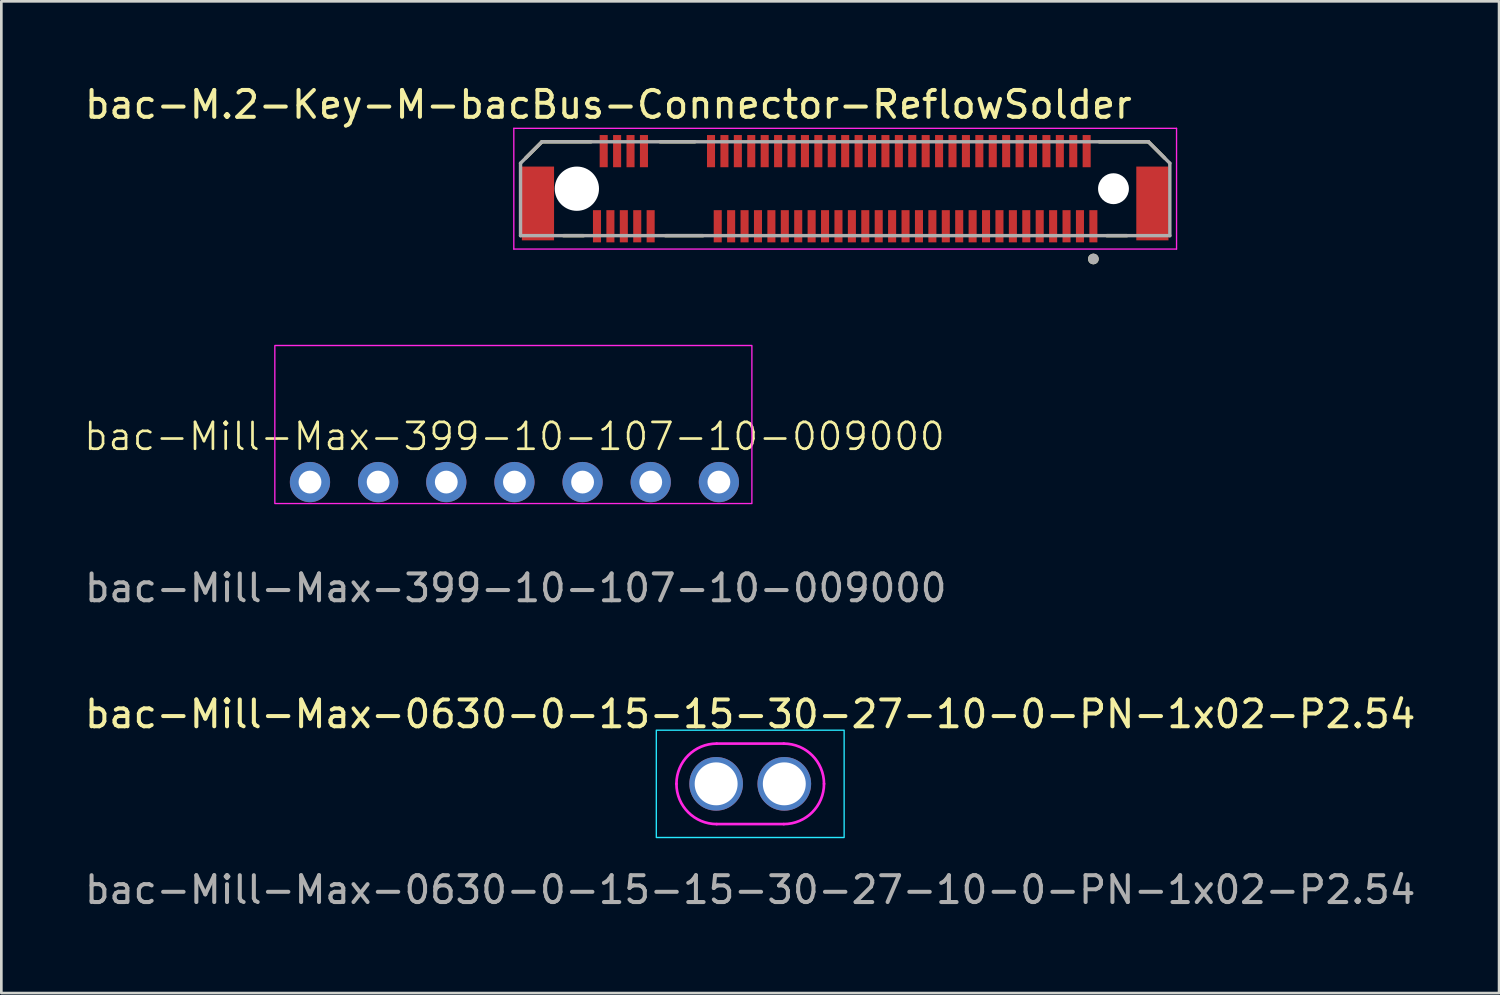
<source format=kicad_pcb>
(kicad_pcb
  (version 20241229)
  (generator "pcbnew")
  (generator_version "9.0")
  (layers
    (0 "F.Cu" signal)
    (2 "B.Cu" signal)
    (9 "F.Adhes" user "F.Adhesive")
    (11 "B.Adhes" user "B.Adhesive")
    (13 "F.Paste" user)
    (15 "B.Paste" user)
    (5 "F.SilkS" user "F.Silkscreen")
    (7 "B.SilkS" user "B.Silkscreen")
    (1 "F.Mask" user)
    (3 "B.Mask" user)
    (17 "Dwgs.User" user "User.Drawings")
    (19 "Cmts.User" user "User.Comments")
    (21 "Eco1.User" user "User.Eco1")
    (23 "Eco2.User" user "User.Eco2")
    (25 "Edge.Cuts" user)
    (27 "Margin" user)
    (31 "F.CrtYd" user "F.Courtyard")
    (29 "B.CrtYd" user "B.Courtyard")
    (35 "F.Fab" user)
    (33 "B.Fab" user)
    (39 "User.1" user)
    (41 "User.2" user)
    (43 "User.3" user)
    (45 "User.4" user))
  (footprint "bac-M.2-Key-M-bacBus-Connector-ReflowSolder"
    (layer "F.Cu")
    (at 28.45 3.983)
    (property "Reference" "bac-M.2-Key-M-bacBus-Connector-ReflowSolder" (at -8.825 -3.135 0) (layer "F.SilkS") (effects (font (size 1 1) (thickness 0.15))))
    (attr smd)
    (fp_line (start -11.905 -1.145) (end -11.3 -1.75) (stroke (width 0.127) (type solid)) (layer "F.SilkS"))
    (fp_line (start -11.3 -1.75) (end -9.47 -1.75) (stroke (width 0.127) (type solid)) (layer "F.SilkS"))
    (fp_line (start -10.5 1.75) (end -9.75 1.75) (stroke (width 0.127) (type solid)) (layer "F.SilkS"))
    (fp_line (start -6.9 -1.75) (end -5.6 -1.75) (stroke (width 0.127) (type solid)) (layer "F.SilkS"))
    (fp_line (start -6.7 1.75) (end -5.3 1.75) (stroke (width 0.127) (type solid)) (layer "F.SilkS"))
    (fp_line (start 9.47 -1.75) (end 11.3 -1.75) (stroke (width 0.127) (type solid)) (layer "F.SilkS"))
    (fp_line (start 10.5 1.75) (end 9.75 1.75) (stroke (width 0.127) (type solid)) (layer "F.SilkS"))
    (fp_line (start 11.3 -1.75) (end 11.905 -1.145) (stroke (width 0.127) (type solid)) (layer "F.SilkS"))
    (fp_circle (center 9.25 2.619) (end 9.35 2.619) (stroke (width 0.2) (type solid)) (fill no) (layer "F.SilkS"))
    (fp_line (start -12.35 -2.25) (end -12.35 2.25) (stroke (width 0.05) (type solid)) (layer "F.CrtYd"))
    (fp_line (start -12.35 2.25) (end 12.35 2.25) (stroke (width 0.05) (type solid)) (layer "F.CrtYd"))
    (fp_line (start 12.35 -2.25) (end -12.35 -2.25) (stroke (width 0.05) (type solid)) (layer "F.CrtYd"))
    (fp_line (start 12.35 2.25) (end 12.35 -2.25) (stroke (width 0.05) (type solid)) (layer "F.CrtYd"))
    (fp_line (start -12.1 -0.95) (end -11.3 -1.75) (stroke (width 0.127) (type solid)) (layer "F.Fab"))
    (fp_line (start -12.1 1.75) (end -12.1 -0.95) (stroke (width 0.127) (type solid)) (layer "F.Fab"))
    (fp_line (start -11.3 -1.75) (end 11.3 -1.75) (stroke (width 0.127) (type solid)) (layer "F.Fab"))
    (fp_line (start 11.3 -1.75) (end 12.1 -0.95) (stroke (width 0.127) (type solid)) (layer "F.Fab"))
    (fp_line (start 12.1 -0.95) (end 12.1 1.75) (stroke (width 0.127) (type solid)) (layer "F.Fab"))
    (fp_line (start 12.1 1.75) (end -12.1 1.75) (stroke (width 0.127) (type solid)) (layer "F.Fab"))
    (fp_circle (center 9.25 2.619) (end 9.35 2.619) (stroke (width 0.2) (type solid)) (fill no) (layer "F.Fab"))
    (pad "" np_thru_hole circle (at -10 0) (size 1.65 1.65) (drill 1.65) (layers "*.Cu" "*.Mask"))
    (pad "" np_thru_hole circle (at 10 0) (size 1.15 1.15) (drill 1.15) (layers "*.Cu" "*.Mask"))
    (pad "1" smd rect (at 9.25 1.4) (size 0.3 1.2) (layers "F.Cu" "F.Mask" "F.Paste"))
    (pad "2" smd rect (at 9 -1.4) (size 0.3 1.2) (layers "F.Cu" "F.Mask" "F.Paste"))
    (pad "3" smd rect (at 8.75 1.4) (size 0.3 1.2) (layers "F.Cu" "F.Mask" "F.Paste"))
    (pad "4" smd rect (at 8.5 -1.4) (size 0.3 1.2) (layers "F.Cu" "F.Mask" "F.Paste"))
    (pad "5" smd rect (at 8.25 1.4) (size 0.3 1.2) (layers "F.Cu" "F.Mask" "F.Paste"))
    (pad "6" smd rect (at 8 -1.4) (size 0.3 1.2) (layers "F.Cu" "F.Mask" "F.Paste"))
    (pad "7" smd rect (at 7.75 1.4) (size 0.3 1.2) (layers "F.Cu" "F.Mask" "F.Paste"))
    (pad "8" smd rect (at 7.5 -1.4) (size 0.3 1.2) (layers "F.Cu" "F.Mask" "F.Paste"))
    (pad "9" smd rect (at 7.25 1.4) (size 0.3 1.2) (layers "F.Cu" "F.Mask" "F.Paste"))
    (pad "10" smd rect (at 7 -1.4) (size 0.3 1.2) (layers "F.Cu" "F.Mask" "F.Paste"))
    (pad "11" smd rect (at 6.75 1.4) (size 0.3 1.2) (layers "F.Cu" "F.Mask" "F.Paste"))
    (pad "12" smd rect (at 6.5 -1.4) (size 0.3 1.2) (layers "F.Cu" "F.Mask" "F.Paste"))
    (pad "13" smd rect (at 6.25 1.4) (size 0.3 1.2) (layers "F.Cu" "F.Mask" "F.Paste"))
    (pad "14" smd rect (at 6 -1.4) (size 0.3 1.2) (layers "F.Cu" "F.Mask" "F.Paste"))
    (pad "15" smd rect (at 5.75 1.4) (size 0.3 1.2) (layers "F.Cu" "F.Mask" "F.Paste"))
    (pad "16" smd rect (at 5.5 -1.4) (size 0.3 1.2) (layers "F.Cu" "F.Mask" "F.Paste"))
    (pad "17" smd rect (at 5.25 1.4) (size 0.3 1.2) (layers "F.Cu" "F.Mask" "F.Paste"))
    (pad "18" smd rect (at 5 -1.4) (size 0.3 1.2) (layers "F.Cu" "F.Mask" "F.Paste"))
    (pad "19" smd rect (at 4.75 1.4) (size 0.3 1.2) (layers "F.Cu" "F.Mask" "F.Paste"))
    (pad "20" smd rect (at 4.5 -1.4) (size 0.3 1.2) (layers "F.Cu" "F.Mask" "F.Paste"))
    (pad "21" smd rect (at 4.25 1.4) (size 0.3 1.2) (layers "F.Cu" "F.Mask" "F.Paste"))
    (pad "22" smd rect (at 4 -1.4) (size 0.3 1.2) (layers "F.Cu" "F.Mask" "F.Paste"))
    (pad "23" smd rect (at 3.75 1.4) (size 0.3 1.2) (layers "F.Cu" "F.Mask" "F.Paste"))
    (pad "24" smd rect (at 3.5 -1.4) (size 0.3 1.2) (layers "F.Cu" "F.Mask" "F.Paste"))
    (pad "25" smd rect (at 3.25 1.4) (size 0.3 1.2) (layers "F.Cu" "F.Mask" "F.Paste"))
    (pad "26" smd rect (at 3 -1.4) (size 0.3 1.2) (layers "F.Cu" "F.Mask" "F.Paste"))
    (pad "27" smd rect (at 2.75 1.4) (size 0.3 1.2) (layers "F.Cu" "F.Mask" "F.Paste"))
    (pad "28" smd rect (at 2.5 -1.4) (size 0.3 1.2) (layers "F.Cu" "F.Mask" "F.Paste"))
    (pad "29" smd rect (at 2.25 1.4) (size 0.3 1.2) (layers "F.Cu" "F.Mask" "F.Paste"))
    (pad "30" smd rect (at 2 -1.4) (size 0.3 1.2) (layers "F.Cu" "F.Mask" "F.Paste"))
    (pad "31" smd rect (at 1.75 1.4) (size 0.3 1.2) (layers "F.Cu" "F.Mask" "F.Paste"))
    (pad "32" smd rect (at 1.5 -1.4) (size 0.3 1.2) (layers "F.Cu" "F.Mask" "F.Paste"))
    (pad "33" smd rect (at 1.25 1.4) (size 0.3 1.2) (layers "F.Cu" "F.Mask" "F.Paste"))
    (pad "34" smd rect (at 1 -1.4) (size 0.3 1.2) (layers "F.Cu" "F.Mask" "F.Paste"))
    (pad "35" smd rect (at 0.75 1.4) (size 0.3 1.2) (layers "F.Cu" "F.Mask" "F.Paste"))
    (pad "36" smd rect (at 0.5 -1.4) (size 0.3 1.2) (layers "F.Cu" "F.Mask" "F.Paste"))
    (pad "37" smd rect (at 0.25 1.4) (size 0.3 1.2) (layers "F.Cu" "F.Mask" "F.Paste"))
    (pad "38" smd rect (at 0 -1.4) (size 0.3 1.2) (layers "F.Cu" "F.Mask" "F.Paste"))
    (pad "39" smd rect (at -0.25 1.4) (size 0.3 1.2) (layers "F.Cu" "F.Mask" "F.Paste"))
    (pad "40" smd rect (at -0.5 -1.4) (size 0.3 1.2) (layers "F.Cu" "F.Mask" "F.Paste"))
    (pad "41" smd rect (at -0.75 1.4) (size 0.3 1.2) (layers "F.Cu" "F.Mask" "F.Paste"))
    (pad "42" smd rect (at -1 -1.4) (size 0.3 1.2) (layers "F.Cu" "F.Mask" "F.Paste"))
    (pad "43" smd rect (at -1.25 1.4) (size 0.3 1.2) (layers "F.Cu" "F.Mask" "F.Paste"))
    (pad "44" smd rect (at -1.5 -1.4) (size 0.3 1.2) (layers "F.Cu" "F.Mask" "F.Paste"))
    (pad "45" smd rect (at -1.75 1.4) (size 0.3 1.2) (layers "F.Cu" "F.Mask" "F.Paste"))
    (pad "46" smd rect (at -2 -1.4) (size 0.3 1.2) (layers "F.Cu" "F.Mask" "F.Paste"))
    (pad "47" smd rect (at -2.25 1.4) (size 0.3 1.2) (layers "F.Cu" "F.Mask" "F.Paste"))
    (pad "48" smd rect (at -2.5 -1.4) (size 0.3 1.2) (layers "F.Cu" "F.Mask" "F.Paste"))
    (pad "49" smd rect (at -2.75 1.4) (size 0.3 1.2) (layers "F.Cu" "F.Mask" "F.Paste"))
    (pad "50" smd rect (at -3 -1.4) (size 0.3 1.2) (layers "F.Cu" "F.Mask" "F.Paste"))
    (pad "51" smd rect (at -3.25 1.4) (size 0.3 1.2) (layers "F.Cu" "F.Mask" "F.Paste"))
    (pad "52" smd rect (at -3.5 -1.4) (size 0.3 1.2) (layers "F.Cu" "F.Mask" "F.Paste"))
    (pad "53" smd rect (at -3.75 1.4) (size 0.3 1.2) (layers "F.Cu" "F.Mask" "F.Paste"))
    (pad "54" smd rect (at -4 -1.4) (size 0.3 1.2) (layers "F.Cu" "F.Mask" "F.Paste"))
    (pad "55" smd rect (at -4.25 1.4) (size 0.3 1.2) (layers "F.Cu" "F.Mask" "F.Paste"))
    (pad "56" smd rect (at -4.5 -1.4) (size 0.3 1.2) (layers "F.Cu" "F.Mask" "F.Paste"))
    (pad "57" smd rect (at -4.75 1.4) (size 0.3 1.2) (layers "F.Cu" "F.Mask" "F.Paste"))
    (pad "58" smd rect (at -5 -1.4) (size 0.3 1.2) (layers "F.Cu" "F.Mask" "F.Paste"))
    (pad "67" smd rect (at -7.25 1.4) (size 0.3 1.2) (layers "F.Cu" "F.Mask" "F.Paste"))
    (pad "68" smd rect (at -7.5 -1.4) (size 0.3 1.2) (layers "F.Cu" "F.Mask" "F.Paste"))
    (pad "69" smd rect (at -7.75 1.4) (size 0.3 1.2) (layers "F.Cu" "F.Mask" "F.Paste"))
    (pad "70" smd rect (at -8 -1.4) (size 0.3 1.2) (layers "F.Cu" "F.Mask" "F.Paste"))
    (pad "71" smd rect (at -8.25 1.4) (size 0.3 1.2) (layers "F.Cu" "F.Mask" "F.Paste"))
    (pad "72" smd rect (at -8.5 -1.4) (size 0.3 1.2) (layers "F.Cu" "F.Mask" "F.Paste"))
    (pad "73" smd rect (at -8.75 1.4) (size 0.3 1.2) (layers "F.Cu" "F.Mask" "F.Paste"))
    (pad "74" smd rect (at -9 -1.4) (size 0.3 1.2) (layers "F.Cu" "F.Mask" "F.Paste"))
    (pad "75" smd rect (at -9.25 1.4) (size 0.3 1.2) (layers "F.Cu" "F.Mask" "F.Paste"))
    (pad "S1" smd rect (at -11.45 0.55) (size 1.2 2.75) (layers "F.Cu" "F.Mask" "F.Paste"))
    (pad "S2" smd rect (at 11.45 0.55) (size 1.2 2.75) (layers "F.Cu" "F.Mask" "F.Paste")))
  (footprint "bac-Mill-Max-399-10-107-10-009000"
    (layer "F.Cu")
    (at 16.123 14.917)
    (property "Reference" "bac-Mill-Max-399-10-107-10-009000" (at 0 -1.7 0) (unlocked yes) (layer "F.SilkS") (effects (font (size 1 1) (thickness 0.1))))
    (attr through_hole)
    (fp_rect (start -8.93 -5.09) (end 8.85 0.8) (stroke (width 0.05) (type default)) (fill no) (layer "F.CrtYd"))
    (fp_text user "${REFERENCE}" (at 0.05 3.95 0) (unlocked yes) (layer "F.Fab") (effects (font (size 1 1) (thickness 0.15))))
    (pad "1" thru_hole circle (at -7.62 0) (size 1.5 1.5) (drill 0.85) (layers "*.Cu" "F.Mask"))
    (pad "2" thru_hole circle (at -5.08 0) (size 1.5 1.5) (drill 0.85) (layers "*.Cu" "F.Mask"))
    (pad "3" thru_hole circle (at -2.54 0) (size 1.5 1.5) (drill 0.85) (layers "*.Cu" "F.Mask"))
    (pad "4" thru_hole circle (at 0 0) (size 1.5 1.5) (drill 0.85) (layers "*.Cu" "F.Mask"))
    (pad "5" thru_hole circle (at 2.54 0) (size 1.5 1.5) (drill 0.85) (layers "*.Cu" "F.Mask"))
    (pad "6" thru_hole circle (at 5.08 0) (size 1.5 1.5) (drill 0.85) (layers "*.Cu" "F.Mask"))
    (pad "7" thru_hole circle (at 7.62 0) (size 1.5 1.5) (drill 0.85) (layers "*.Cu" "F.Mask")))
  (footprint "bac-Mill-Max-0630-0-15-15-30-27-10-0-PN-1x02-P2.54"
    (layer "F.Cu")
    (at 24.911 26.164)
    (property "Reference" "bac-Mill-Max-0630-0-15-15-30-27-10-0-PN-1x02-P2.54" (at 0 -2.6 0) (unlocked yes) (layer "F.SilkS") (effects (font (size 1 1) (thickness 0.15))))
    (attr through_hole)
    (fp_rect (start -3.5 -2) (end 3.5 2) (stroke (width 0.05) (type default)) (fill no) (layer "B.CrtYd"))
    (fp_line (start -1.25 -1.5) (end 1.25 -1.5) (stroke (width 0.1) (type default)) (layer "F.CrtYd"))
    (fp_line (start 1.25 1.5) (end -1.25 1.5) (stroke (width 0.1) (type default)) (layer "F.CrtYd"))
    (fp_arc (start -2.75 0) (mid -2.31066 -1.06066) (end -1.25 -1.5) (stroke (width 0.1) (type default)) (layer "F.CrtYd"))
    (fp_arc (start -1.25 1.5) (mid -2.31066 1.06066) (end -2.75 0) (stroke (width 0.1) (type default)) (layer "F.CrtYd"))
    (fp_arc (start 1.25 -1.5) (mid 2.31066 -1.06066) (end 2.75 0) (stroke (width 0.1) (type default)) (layer "F.CrtYd"))
    (fp_arc (start 2.75 0) (mid 2.31066 1.06066) (end 1.25 1.5) (stroke (width 0.1) (type default)) (layer "F.CrtYd"))
    (fp_text user "${REFERENCE}" (at 0 3.95 0) (unlocked yes) (layer "F.Fab") (effects (font (size 1 1) (thickness 0.15))))
    (pad "1" thru_hole circle (at -1.27 0) (size 2 2) (drill 1.6) (layers "*.Cu" "*.Mask"))
    (pad "2" thru_hole circle (at 1.27 0) (size 2 2) (drill 1.6) (layers "*.Cu" "*.Mask")))
  (gr_rect
    (start -3 -3)
    (end 52.821 33.962)
    (stroke (width 0.1) (type default))
    (fill no)
    (layer "Edge.Cuts")))
</source>
